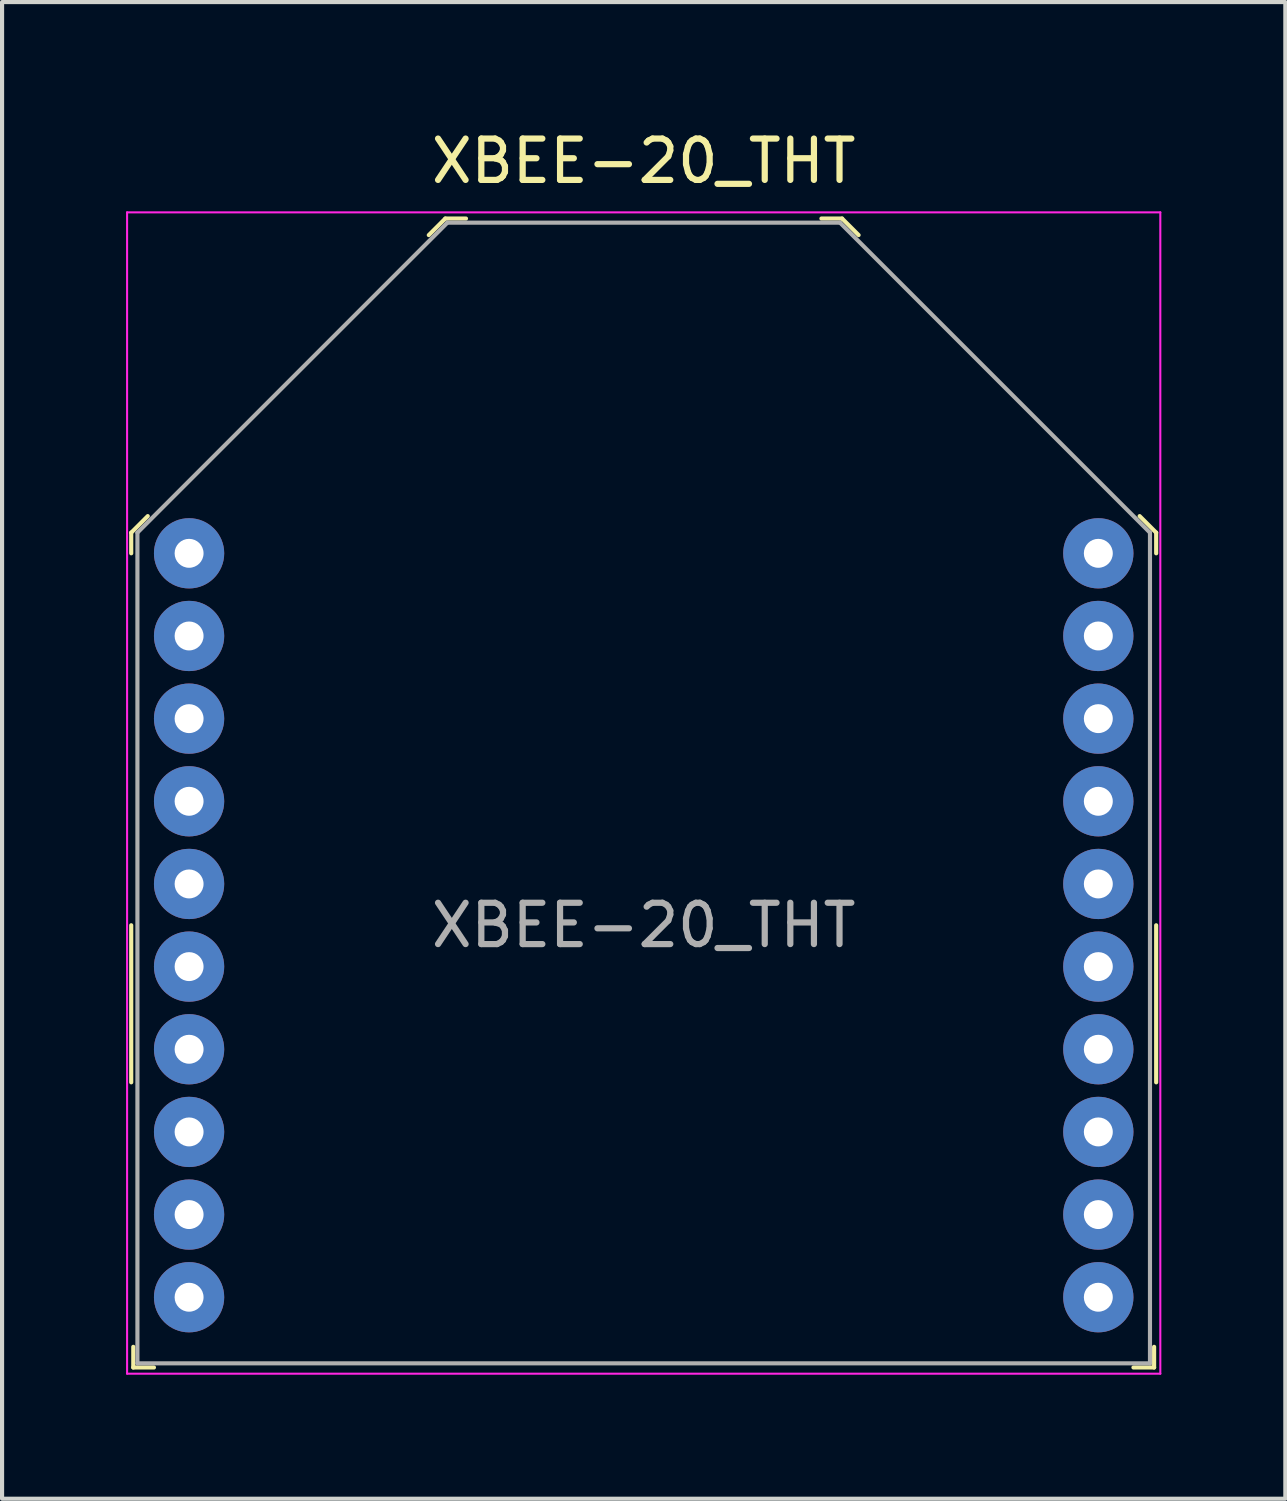
<source format=kicad_pcb>
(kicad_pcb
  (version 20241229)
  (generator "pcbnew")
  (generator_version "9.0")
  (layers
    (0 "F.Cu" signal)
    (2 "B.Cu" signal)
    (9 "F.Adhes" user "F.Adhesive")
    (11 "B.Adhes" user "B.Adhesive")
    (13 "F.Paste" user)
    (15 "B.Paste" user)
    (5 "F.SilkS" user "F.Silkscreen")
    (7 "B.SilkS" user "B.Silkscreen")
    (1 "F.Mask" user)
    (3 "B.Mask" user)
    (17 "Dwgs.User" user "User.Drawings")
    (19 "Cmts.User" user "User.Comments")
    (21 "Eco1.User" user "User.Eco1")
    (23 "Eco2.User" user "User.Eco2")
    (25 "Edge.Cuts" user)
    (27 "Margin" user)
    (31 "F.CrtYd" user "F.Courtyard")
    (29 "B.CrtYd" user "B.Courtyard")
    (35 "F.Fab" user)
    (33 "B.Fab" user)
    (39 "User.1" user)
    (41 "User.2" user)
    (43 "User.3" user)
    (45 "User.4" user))
  (footprint "XBEE-20_THT"
    (layer "F.Cu")
    (at 12.525 19.338)
    (property "Reference" "XBEE-20_THT" (at 0 -18.49 0) (layer "F.SilkS") (effects (font (size 1 1) (thickness 0.15))))
    (attr through_hole)
    (fp_line (start -12.4 -9.5) (end -12.4 -9) (stroke (width 0.1) (type solid)) (layer "F.SilkS"))
    (fp_line (start -12.4 -9.5) (end -12 -9.9) (stroke (width 0.1) (type solid)) (layer "F.SilkS"))
    (fp_line (start -12.4 0) (end -12.4 3.8) (stroke (width 0.1) (type solid)) (layer "F.SilkS"))
    (fp_line (start -12.35 10.7) (end -12.35 10.2) (stroke (width 0.1) (type solid)) (layer "F.SilkS"))
    (fp_line (start -12.35 10.7) (end -11.85 10.7) (stroke (width 0.1) (type solid)) (layer "F.SilkS"))
    (fp_line (start -4.8 -17.1) (end -5.2 -16.7) (stroke (width 0.1) (type solid)) (layer "F.SilkS"))
    (fp_line (start -4.8 -17.1) (end -4.3 -17.1) (stroke (width 0.1) (type solid)) (layer "F.SilkS"))
    (fp_line (start 4.8 -17.1) (end 4.3 -17.1) (stroke (width 0.1) (type solid)) (layer "F.SilkS"))
    (fp_line (start 4.8 -17.1) (end 5.2 -16.7) (stroke (width 0.1) (type solid)) (layer "F.SilkS"))
    (fp_line (start 12.35 10.7) (end 11.85 10.7) (stroke (width 0.1) (type solid)) (layer "F.SilkS"))
    (fp_line (start 12.35 10.7) (end 12.35 10.2) (stroke (width 0.1) (type solid)) (layer "F.SilkS"))
    (fp_line (start 12.4 -9.5) (end 12 -9.9) (stroke (width 0.1) (type solid)) (layer "F.SilkS"))
    (fp_line (start 12.4 -9.5) (end 12.4 -9) (stroke (width 0.1) (type solid)) (layer "F.SilkS"))
    (fp_line (start 12.4 0) (end 12.4 3.8) (stroke (width 0.1) (type solid)) (layer "F.SilkS"))
    (fp_line (start -12.5 -17.25) (end -12.5 10.85) (stroke (width 0.05) (type solid)) (layer "F.CrtYd"))
    (fp_line (start -12.5 -17.25) (end 12.5 -17.25) (stroke (width 0.05) (type solid)) (layer "F.CrtYd"))
    (fp_line (start -12.5 10.85) (end 12.5 10.85) (stroke (width 0.05) (type solid)) (layer "F.CrtYd"))
    (fp_line (start 12.5 -17.25) (end 12.5 10.85) (stroke (width 0.05) (type solid)) (layer "F.CrtYd"))
    (fp_line (start -12.25 -9.5) (end -12.25 10.6) (stroke (width 0.1) (type solid)) (layer "F.Fab"))
    (fp_line (start -12.25 -9.5) (end -4.75 -17) (stroke (width 0.1) (type solid)) (layer "F.Fab"))
    (fp_line (start -12.25 10.6) (end 12.25 10.6) (stroke (width 0.1) (type solid)) (layer "F.Fab"))
    (fp_line (start -4.75 -17) (end 4.75 -17) (stroke (width 0.1) (type solid)) (layer "F.Fab"))
    (fp_line (start 4.75 -17) (end 12.25 -9.5) (stroke (width 0.1) (type solid)) (layer "F.Fab"))
    (fp_line (start 12.25 -9.5) (end 12.25 10.6) (stroke (width 0.1) (type solid)) (layer "F.Fab"))
    (fp_text user "${REFERENCE}" (at 0 0 0) (layer "F.Fab") (effects (font (size 1 1) (thickness 0.15))))
    (pad "1" thru_hole circle (at -11 -9) (size 1.7 1.7) (drill 0.7) (layers "*.Cu" "*.Mask"))
    (pad "2" thru_hole circle (at -11 -7) (size 1.7 1.7) (drill 0.7) (layers "*.Cu" "*.Mask"))
    (pad "3" thru_hole circle (at -11 -5) (size 1.7 1.7) (drill 0.7) (layers "*.Cu" "*.Mask"))
    (pad "4" thru_hole circle (at -11 -3) (size 1.7 1.7) (drill 0.7) (layers "*.Cu" "*.Mask"))
    (pad "5" thru_hole circle (at -11 -1) (size 1.7 1.7) (drill 0.7) (layers "*.Cu" "*.Mask"))
    (pad "6" thru_hole circle (at -11 1) (size 1.7 1.7) (drill 0.7) (layers "*.Cu" "*.Mask"))
    (pad "7" thru_hole circle (at -11 3) (size 1.7 1.7) (drill 0.7) (layers "*.Cu" "*.Mask"))
    (pad "8" thru_hole circle (at -11 5) (size 1.7 1.7) (drill 0.7) (layers "*.Cu" "*.Mask"))
    (pad "9" thru_hole circle (at -11 7) (size 1.7 1.7) (drill 0.7) (layers "*.Cu" "*.Mask"))
    (pad "10" thru_hole circle (at -11 9) (size 1.7 1.7) (drill 0.7) (layers "*.Cu" "*.Mask"))
    (pad "11" thru_hole circle (at 11 9) (size 1.7 1.7) (drill 0.7) (layers "*.Cu" "*.Mask"))
    (pad "12" thru_hole circle (at 11 7) (size 1.7 1.7) (drill 0.7) (layers "*.Cu" "*.Mask"))
    (pad "13" thru_hole circle (at 11 5) (size 1.7 1.7) (drill 0.7) (layers "*.Cu" "*.Mask"))
    (pad "14" thru_hole circle (at 11 3) (size 1.7 1.7) (drill 0.7) (layers "*.Cu" "*.Mask"))
    (pad "15" thru_hole circle (at 11 1) (size 1.7 1.7) (drill 0.7) (layers "*.Cu" "*.Mask"))
    (pad "16" thru_hole circle (at 11 -1) (size 1.7 1.7) (drill 0.7) (layers "*.Cu" "*.Mask"))
    (pad "17" thru_hole circle (at 11 -3) (size 1.7 1.7) (drill 0.7) (layers "*.Cu" "*.Mask"))
    (pad "18" thru_hole circle (at 11 -5) (size 1.7 1.7) (drill 0.7) (layers "*.Cu" "*.Mask"))
    (pad "19" thru_hole circle (at 11 -7) (size 1.7 1.7) (drill 0.7) (layers "*.Cu" "*.Mask"))
    (pad "20" thru_hole circle (at 11 -9) (size 1.7 1.7) (drill 0.7) (layers "*.Cu" "*.Mask")))
  (gr_rect
    (start -3 -3)
    (end 28.05 33.213)
    (stroke (width 0.1) (type default))
    (fill no)
    (layer "Edge.Cuts")))
</source>
